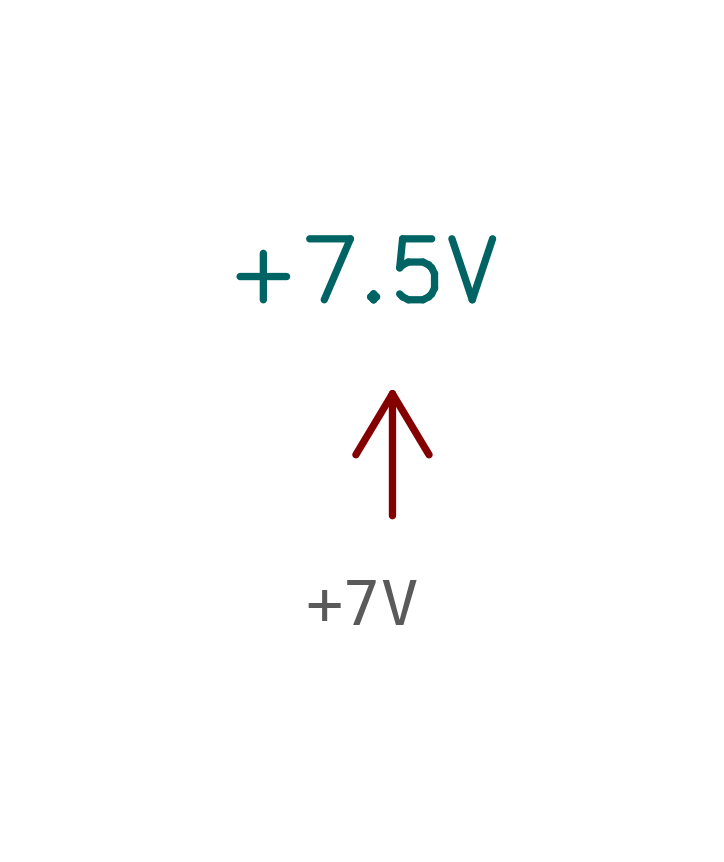
<source format=kicad_sym>
(kicad_symbol_lib
  (version 20211014)
  (generator kicad_symbol_editor)
  (symbol "+7V"
    (power)
    (pin_names
      (offset 0))
    (property "Reference" "#PWR?"
      (at 0 -3.81 0)
      (effects (font (size 1.27 1.27)) hide))
    (property "Value" "+7.5V"
      (at -0.635 5.08 0)
      (effects (font (size 1.27 1.27))))
    (symbol "+7V_0_1"
      (polyline (pts (xy -0.762 1.27) (xy 0 2.54)) (stroke (width 0) (type default) (color 0 0 0 0)) (fill (type none)))
      (polyline (pts (xy 0 0) (xy 0 2.54)) (stroke (width 0) (type default) (color 0 0 0 0)) (fill (type none)))
      (polyline (pts (xy 0 2.54) (xy 0.762 1.27)) (stroke (width 0) (type default) (color 0 0 0 0)) (fill (type none))))
    (symbol "+7V_1_1"
      (pin power_in line (at 0 0 90) (length 0) hide (name "+7V" (effects (font (size 1.27 1.27)))) (number "1" (effects (font (size 1.27 1.27))))))))
</source>
